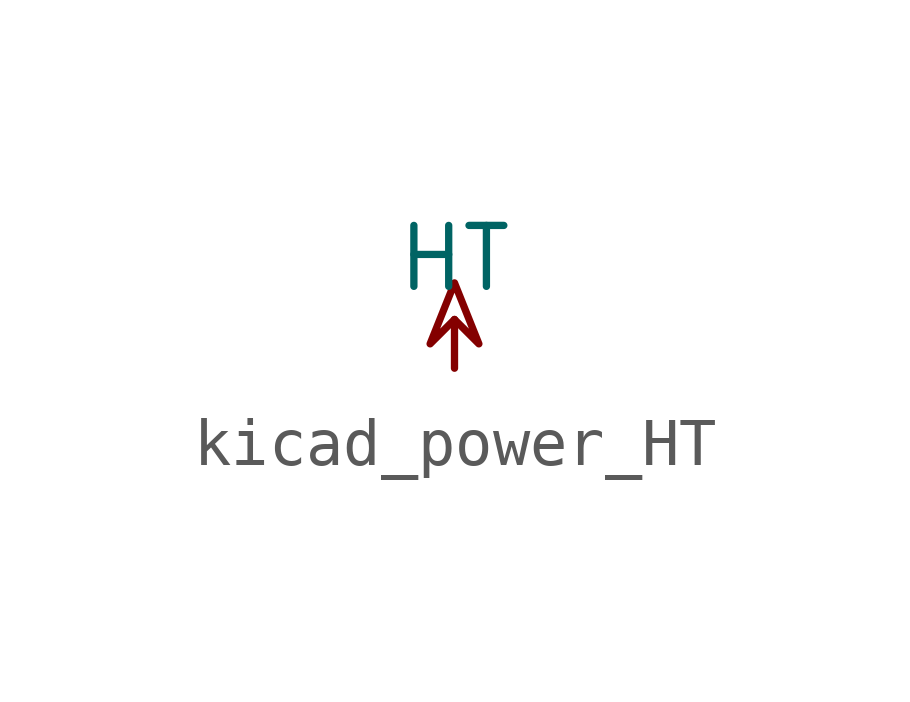
<source format=kicad_sym>
(kicad_symbol_lib
  (version 20220914)
  (generator kicad_symbol_editor)
  (symbol "kicad_power_HT"
    (power)
    (pin_names
      (offset 0))
    (property "Reference" "#PWR"
      (at 0 3.048 0)
      (effects (font (size 1.27 1.27)) hide))
    (property "Value" "HT"
      (at 0 2.286 0)
      (effects (font (size 1.27 1.27))))
    (symbol "kicad_power_HT_0_0"
      (pin power_in line (at 0 0 90) (length 0) hide (name "HT" (effects (font (size 1.27 1.27)))) (number "1" (effects (font (size 1.27 1.27))))))
    (symbol "kicad_power_HT_0_1"
      (polyline (pts (xy 0 0) (xy 0 1.016) (xy 0 1.016)) (stroke (width 0) (type default)) (fill (type none)))
      (polyline (pts (xy 0 1.016) (xy 0.508 0.508) (xy 0 1.778) (xy -0.508 0.508) (xy 0 1.016) (xy 0 1.016)) (stroke (width 0) (type default)) (fill (type none))))))
</source>
